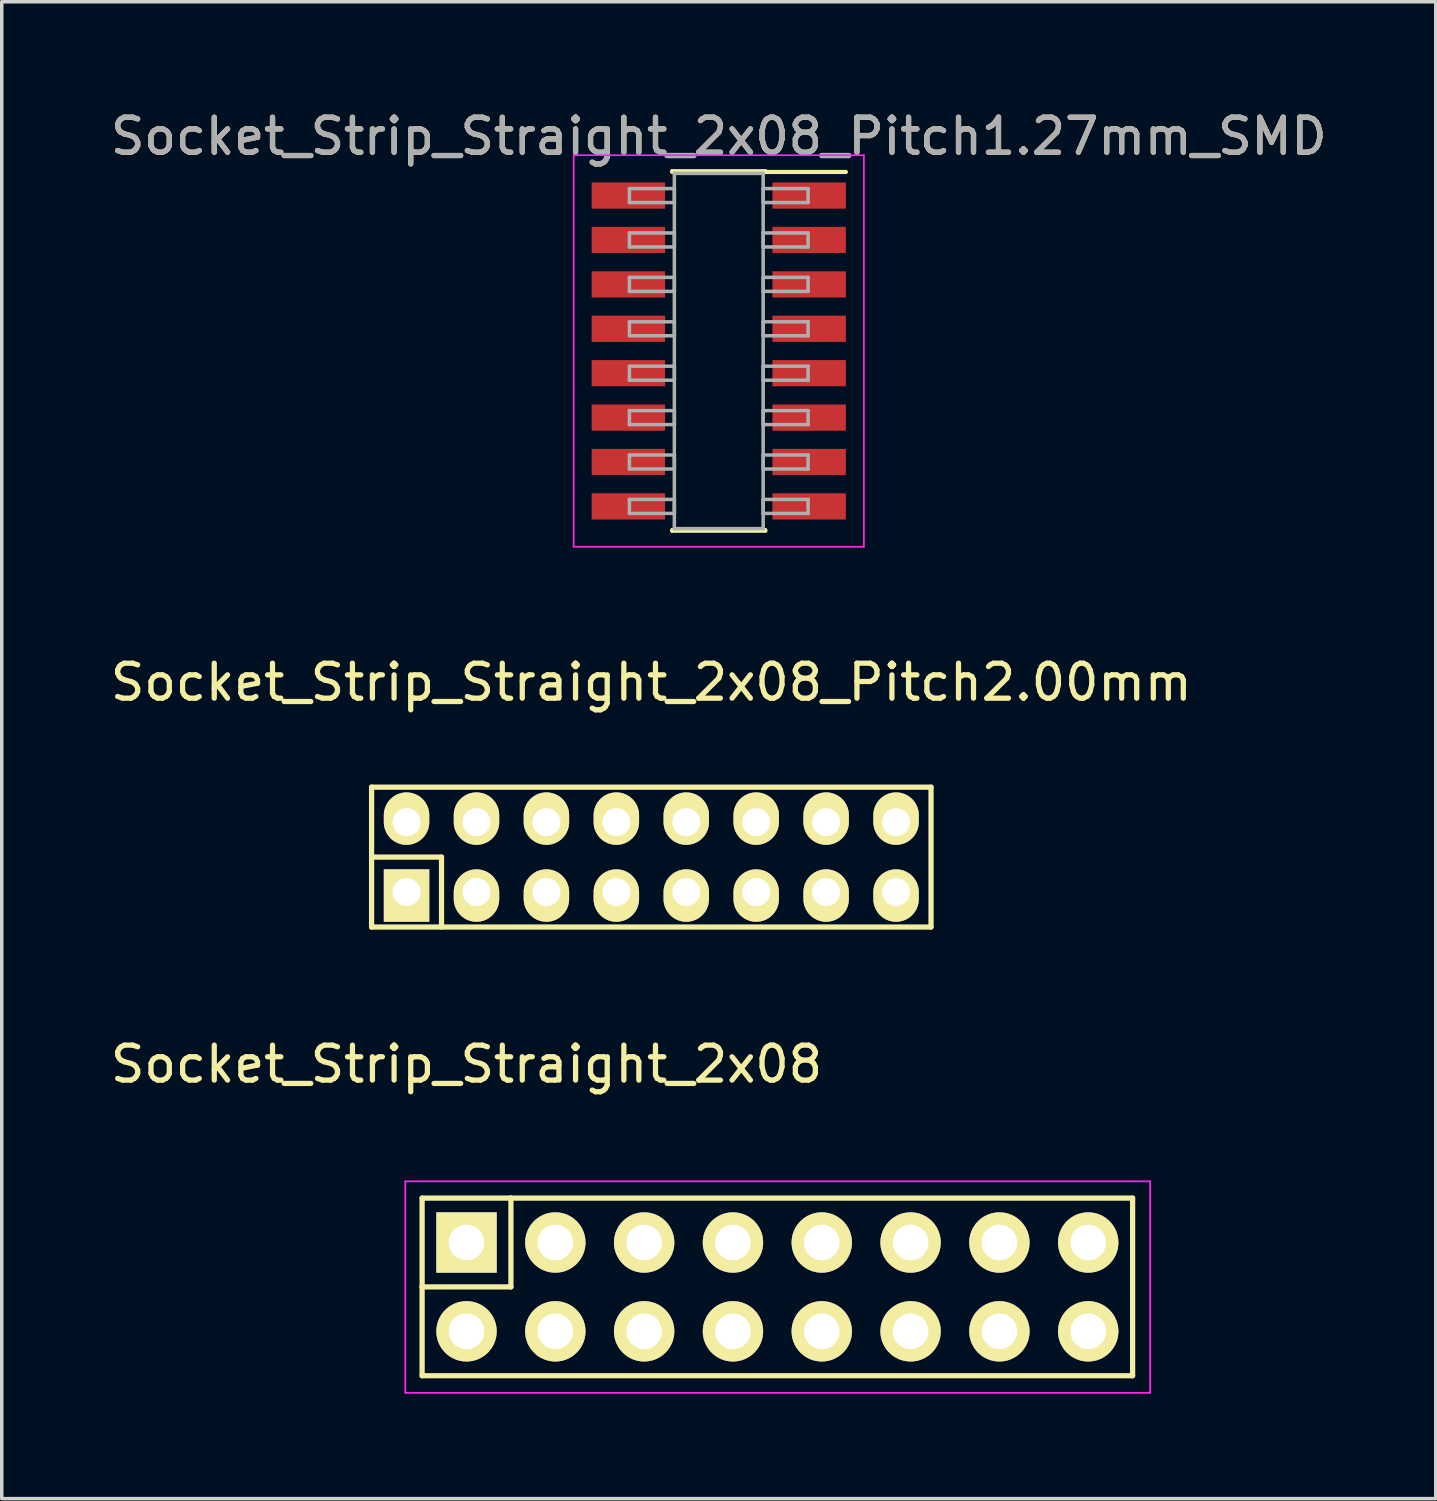
<source format=kicad_pcb>
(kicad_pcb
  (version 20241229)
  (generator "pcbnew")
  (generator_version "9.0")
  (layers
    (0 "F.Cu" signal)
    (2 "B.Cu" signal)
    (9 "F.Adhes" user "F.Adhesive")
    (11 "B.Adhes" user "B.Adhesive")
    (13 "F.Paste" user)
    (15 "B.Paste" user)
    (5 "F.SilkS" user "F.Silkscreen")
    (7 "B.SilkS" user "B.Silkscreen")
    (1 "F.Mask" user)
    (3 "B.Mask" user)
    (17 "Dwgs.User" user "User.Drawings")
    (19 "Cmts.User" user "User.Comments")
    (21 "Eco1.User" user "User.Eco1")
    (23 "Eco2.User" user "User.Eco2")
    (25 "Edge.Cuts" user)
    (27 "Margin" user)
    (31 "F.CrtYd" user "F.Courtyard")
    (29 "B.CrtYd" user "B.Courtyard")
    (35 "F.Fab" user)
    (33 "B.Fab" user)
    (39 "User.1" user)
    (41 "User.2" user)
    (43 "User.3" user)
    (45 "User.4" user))
  (footprint "Socket_Strip_Straight_2x08_Pitch2.00mm"
    (layer "F.Cu")
    (at 15.577 21.462)
    (property "Reference" "Socket_Strip_Straight_2x08_Pitch2.00mm" (at 0 -5 0) (layer "F.SilkS") (effects (font (size 1 1) (thickness 0.15))))
    (attr through_hole)
    (fp_line (start -8 -2) (end 8 -2) (stroke (width 0.15) (type solid)) (layer "F.SilkS"))
    (fp_line (start -8 0) (end -6 0) (stroke (width 0.15) (type solid)) (layer "F.SilkS"))
    (fp_line (start -8 2) (end -8 -2) (stroke (width 0.15) (type solid)) (layer "F.SilkS"))
    (fp_line (start -6 0) (end -6 2) (stroke (width 0.15) (type solid)) (layer "F.SilkS"))
    (fp_line (start 8 -2) (end 8 2) (stroke (width 0.15) (type solid)) (layer "F.SilkS"))
    (fp_line (start 8 2) (end -8 2) (stroke (width 0.15) (type solid)) (layer "F.SilkS"))
    (pad "1" thru_hole rect (at -7 1) (size 1.3 1.5) (drill 0.8 (offset 0 0.1)) (layers "*.Cu" "*.Mask" "F.SilkS"))
    (pad "2" thru_hole oval (at -7 -1) (size 1.3 1.5) (drill 0.8 (offset 0 -0.1)) (layers "*.Cu" "*.Mask" "F.SilkS"))
    (pad "3" thru_hole oval (at -5 1) (size 1.3 1.5) (drill 0.8 (offset 0 0.1)) (layers "*.Cu" "*.Mask" "F.SilkS"))
    (pad "4" thru_hole oval (at -5 -1) (size 1.3 1.5) (drill 0.8 (offset 0 -0.1)) (layers "*.Cu" "*.Mask" "F.SilkS"))
    (pad "5" thru_hole oval (at -3 1) (size 1.3 1.5) (drill 0.8 (offset 0 0.1)) (layers "*.Cu" "*.Mask" "F.SilkS"))
    (pad "6" thru_hole oval (at -3 -1) (size 1.3 1.5) (drill 0.8 (offset 0 -0.1)) (layers "*.Cu" "*.Mask" "F.SilkS"))
    (pad "7" thru_hole oval (at -1 1) (size 1.3 1.5) (drill 0.8 (offset 0 0.1)) (layers "*.Cu" "*.Mask" "F.SilkS"))
    (pad "8" thru_hole oval (at -1 -1) (size 1.3 1.5) (drill 0.8 (offset 0 -0.1)) (layers "*.Cu" "*.Mask" "F.SilkS"))
    (pad "9" thru_hole oval (at 1 1) (size 1.3 1.5) (drill 0.8 (offset 0 0.1)) (layers "*.Cu" "*.Mask" "F.SilkS"))
    (pad "10" thru_hole oval (at 1 -1) (size 1.3 1.5) (drill 0.8 (offset 0 -0.1)) (layers "*.Cu" "*.Mask" "F.SilkS"))
    (pad "11" thru_hole oval (at 3 1) (size 1.3 1.5) (drill 0.8 (offset 0 0.1)) (layers "*.Cu" "*.Mask" "F.SilkS"))
    (pad "12" thru_hole oval (at 3 -1) (size 1.3 1.5) (drill 0.8 (offset 0 -0.1)) (layers "*.Cu" "*.Mask" "F.SilkS"))
    (pad "13" thru_hole oval (at 5 1) (size 1.3 1.5) (drill 0.8 (offset 0 0.1)) (layers "*.Cu" "*.Mask" "F.SilkS"))
    (pad "14" thru_hole oval (at 5 -1) (size 1.3 1.5) (drill 0.8 (offset 0 -0.1)) (layers "*.Cu" "*.Mask" "F.SilkS"))
    (pad "15" thru_hole oval (at 7 1) (size 1.3 1.5) (drill 0.8 (offset 0 0.1)) (layers "*.Cu" "*.Mask" "F.SilkS"))
    (pad "16" thru_hole oval (at 7 -1) (size 1.3 1.5) (drill 0.8 (offset 0 -0.1)) (layers "*.Cu" "*.Mask" "F.SilkS")))
  (footprint "Socket_Strip_Straight_2x08_Pitch1.27mm_SMD"
    (layer "F.Cu")
    (at 17.506 6.988)
    (property "Reference" "Socket_Strip_Straight_2x08_Pitch1.27mm_SMD" (at 0 -6.14 0) (layer "F.SilkS") (effects (font (size 1 1) (thickness 0.15))))
    (attr smd)
    (fp_line (start -1.33 -5.14) (end 1.33 -5.14) (stroke (width 0.12) (type solid)) (layer "F.SilkS"))
    (fp_line (start -1.33 -5.12) (end -1.33 -5.14) (stroke (width 0.12) (type solid)) (layer "F.SilkS"))
    (fp_line (start -1.33 5.12) (end -1.33 5.14) (stroke (width 0.12) (type solid)) (layer "F.SilkS"))
    (fp_line (start -1.33 5.14) (end 1.33 5.14) (stroke (width 0.12) (type solid)) (layer "F.SilkS"))
    (fp_line (start 1.33 -5.14) (end 1.33 -5.12) (stroke (width 0.12) (type solid)) (layer "F.SilkS"))
    (fp_line (start 1.33 5.14) (end 1.33 5.12) (stroke (width 0.12) (type solid)) (layer "F.SilkS"))
    (fp_line (start 3.635 -5.12) (end 1.33 -5.12) (stroke (width 0.12) (type solid)) (layer "F.SilkS"))
    (fp_line (start -4.15 -5.6) (end -4.15 5.6) (stroke (width 0.05) (type solid)) (layer "F.CrtYd"))
    (fp_line (start -4.15 5.6) (end 4.15 5.6) (stroke (width 0.05) (type solid)) (layer "F.CrtYd"))
    (fp_line (start 4.15 -5.6) (end -4.15 -5.6) (stroke (width 0.05) (type solid)) (layer "F.CrtYd"))
    (fp_line (start 4.15 5.6) (end 4.15 -5.6) (stroke (width 0.05) (type solid)) (layer "F.CrtYd"))
    (fp_line (start -2.555 -4.645) (end -1.27 -4.645) (stroke (width 0.1) (type solid)) (layer "F.Fab"))
    (fp_line (start -2.555 -4.245) (end -2.555 -4.645) (stroke (width 0.1) (type solid)) (layer "F.Fab"))
    (fp_line (start -2.555 -3.375) (end -1.27 -3.375) (stroke (width 0.1) (type solid)) (layer "F.Fab"))
    (fp_line (start -2.555 -2.975) (end -2.555 -3.375) (stroke (width 0.1) (type solid)) (layer "F.Fab"))
    (fp_line (start -2.555 -2.105) (end -1.27 -2.105) (stroke (width 0.1) (type solid)) (layer "F.Fab"))
    (fp_line (start -2.555 -1.705) (end -2.555 -2.105) (stroke (width 0.1) (type solid)) (layer "F.Fab"))
    (fp_line (start -2.555 -0.835) (end -1.27 -0.835) (stroke (width 0.1) (type solid)) (layer "F.Fab"))
    (fp_line (start -2.555 -0.435) (end -2.555 -0.835) (stroke (width 0.1) (type solid)) (layer "F.Fab"))
    (fp_line (start -2.555 0.435) (end -1.27 0.435) (stroke (width 0.1) (type solid)) (layer "F.Fab"))
    (fp_line (start -2.555 0.835) (end -2.555 0.435) (stroke (width 0.1) (type solid)) (layer "F.Fab"))
    (fp_line (start -2.555 1.705) (end -1.27 1.705) (stroke (width 0.1) (type solid)) (layer "F.Fab"))
    (fp_line (start -2.555 2.105) (end -2.555 1.705) (stroke (width 0.1) (type solid)) (layer "F.Fab"))
    (fp_line (start -2.555 2.975) (end -1.27 2.975) (stroke (width 0.1) (type solid)) (layer "F.Fab"))
    (fp_line (start -2.555 3.375) (end -2.555 2.975) (stroke (width 0.1) (type solid)) (layer "F.Fab"))
    (fp_line (start -2.555 4.245) (end -1.27 4.245) (stroke (width 0.1) (type solid)) (layer "F.Fab"))
    (fp_line (start -2.555 4.645) (end -2.555 4.245) (stroke (width 0.1) (type solid)) (layer "F.Fab"))
    (fp_line (start -1.27 -5.08) (end -1.27 5.08) (stroke (width 0.1) (type solid)) (layer "F.Fab"))
    (fp_line (start -1.27 -4.645) (end -1.27 -4.245) (stroke (width 0.1) (type solid)) (layer "F.Fab"))
    (fp_line (start -1.27 -4.245) (end -2.555 -4.245) (stroke (width 0.1) (type solid)) (layer "F.Fab"))
    (fp_line (start -1.27 -3.375) (end -1.27 -2.975) (stroke (width 0.1) (type solid)) (layer "F.Fab"))
    (fp_line (start -1.27 -2.975) (end -2.555 -2.975) (stroke (width 0.1) (type solid)) (layer "F.Fab"))
    (fp_line (start -1.27 -2.105) (end -1.27 -1.705) (stroke (width 0.1) (type solid)) (layer "F.Fab"))
    (fp_line (start -1.27 -1.705) (end -2.555 -1.705) (stroke (width 0.1) (type solid)) (layer "F.Fab"))
    (fp_line (start -1.27 -0.835) (end -1.27 -0.435) (stroke (width 0.1) (type solid)) (layer "F.Fab"))
    (fp_line (start -1.27 -0.435) (end -2.555 -0.435) (stroke (width 0.1) (type solid)) (layer "F.Fab"))
    (fp_line (start -1.27 0.435) (end -1.27 0.835) (stroke (width 0.1) (type solid)) (layer "F.Fab"))
    (fp_line (start -1.27 0.835) (end -2.555 0.835) (stroke (width 0.1) (type solid)) (layer "F.Fab"))
    (fp_line (start -1.27 1.705) (end -1.27 2.105) (stroke (width 0.1) (type solid)) (layer "F.Fab"))
    (fp_line (start -1.27 2.105) (end -2.555 2.105) (stroke (width 0.1) (type solid)) (layer "F.Fab"))
    (fp_line (start -1.27 2.975) (end -1.27 3.375) (stroke (width 0.1) (type solid)) (layer "F.Fab"))
    (fp_line (start -1.27 3.375) (end -2.555 3.375) (stroke (width 0.1) (type solid)) (layer "F.Fab"))
    (fp_line (start -1.27 4.245) (end -1.27 4.645) (stroke (width 0.1) (type solid)) (layer "F.Fab"))
    (fp_line (start -1.27 4.645) (end -2.555 4.645) (stroke (width 0.1) (type solid)) (layer "F.Fab"))
    (fp_line (start -1.27 5.08) (end 1.27 5.08) (stroke (width 0.1) (type solid)) (layer "F.Fab"))
    (fp_line (start 1.27 -5.08) (end -1.27 -5.08) (stroke (width 0.1) (type solid)) (layer "F.Fab"))
    (fp_line (start 1.27 -4.645) (end 1.27 -4.245) (stroke (width 0.1) (type solid)) (layer "F.Fab"))
    (fp_line (start 1.27 -4.245) (end 2.555 -4.245) (stroke (width 0.1) (type solid)) (layer "F.Fab"))
    (fp_line (start 1.27 -3.375) (end 1.27 -2.975) (stroke (width 0.1) (type solid)) (layer "F.Fab"))
    (fp_line (start 1.27 -2.975) (end 2.555 -2.975) (stroke (width 0.1) (type solid)) (layer "F.Fab"))
    (fp_line (start 1.27 -2.105) (end 1.27 -1.705) (stroke (width 0.1) (type solid)) (layer "F.Fab"))
    (fp_line (start 1.27 -1.705) (end 2.555 -1.705) (stroke (width 0.1) (type solid)) (layer "F.Fab"))
    (fp_line (start 1.27 -0.835) (end 1.27 -0.435) (stroke (width 0.1) (type solid)) (layer "F.Fab"))
    (fp_line (start 1.27 -0.435) (end 2.555 -0.435) (stroke (width 0.1) (type solid)) (layer "F.Fab"))
    (fp_line (start 1.27 0.435) (end 1.27 0.835) (stroke (width 0.1) (type solid)) (layer "F.Fab"))
    (fp_line (start 1.27 0.835) (end 2.555 0.835) (stroke (width 0.1) (type solid)) (layer "F.Fab"))
    (fp_line (start 1.27 1.705) (end 1.27 2.105) (stroke (width 0.1) (type solid)) (layer "F.Fab"))
    (fp_line (start 1.27 2.105) (end 2.555 2.105) (stroke (width 0.1) (type solid)) (layer "F.Fab"))
    (fp_line (start 1.27 2.975) (end 1.27 3.375) (stroke (width 0.1) (type solid)) (layer "F.Fab"))
    (fp_line (start 1.27 3.375) (end 2.555 3.375) (stroke (width 0.1) (type solid)) (layer "F.Fab"))
    (fp_line (start 1.27 4.245) (end 1.27 4.645) (stroke (width 0.1) (type solid)) (layer "F.Fab"))
    (fp_line (start 1.27 4.645) (end 2.555 4.645) (stroke (width 0.1) (type solid)) (layer "F.Fab"))
    (fp_line (start 1.27 5.08) (end 1.27 -5.08) (stroke (width 0.1) (type solid)) (layer "F.Fab"))
    (fp_line (start 2.555 -4.645) (end 1.27 -4.645) (stroke (width 0.1) (type solid)) (layer "F.Fab"))
    (fp_line (start 2.555 -4.245) (end 2.555 -4.645) (stroke (width 0.1) (type solid)) (layer "F.Fab"))
    (fp_line (start 2.555 -3.375) (end 1.27 -3.375) (stroke (width 0.1) (type solid)) (layer "F.Fab"))
    (fp_line (start 2.555 -2.975) (end 2.555 -3.375) (stroke (width 0.1) (type solid)) (layer "F.Fab"))
    (fp_line (start 2.555 -2.105) (end 1.27 -2.105) (stroke (width 0.1) (type solid)) (layer "F.Fab"))
    (fp_line (start 2.555 -1.705) (end 2.555 -2.105) (stroke (width 0.1) (type solid)) (layer "F.Fab"))
    (fp_line (start 2.555 -0.835) (end 1.27 -0.835) (stroke (width 0.1) (type solid)) (layer "F.Fab"))
    (fp_line (start 2.555 -0.435) (end 2.555 -0.835) (stroke (width 0.1) (type solid)) (layer "F.Fab"))
    (fp_line (start 2.555 0.435) (end 1.27 0.435) (stroke (width 0.1) (type solid)) (layer "F.Fab"))
    (fp_line (start 2.555 0.835) (end 2.555 0.435) (stroke (width 0.1) (type solid)) (layer "F.Fab"))
    (fp_line (start 2.555 1.705) (end 1.27 1.705) (stroke (width 0.1) (type solid)) (layer "F.Fab"))
    (fp_line (start 2.555 2.105) (end 2.555 1.705) (stroke (width 0.1) (type solid)) (layer "F.Fab"))
    (fp_line (start 2.555 2.975) (end 1.27 2.975) (stroke (width 0.1) (type solid)) (layer "F.Fab"))
    (fp_line (start 2.555 3.375) (end 2.555 2.975) (stroke (width 0.1) (type solid)) (layer "F.Fab"))
    (fp_line (start 2.555 4.245) (end 1.27 4.245) (stroke (width 0.1) (type solid)) (layer "F.Fab"))
    (fp_line (start 2.555 4.645) (end 2.555 4.245) (stroke (width 0.1) (type solid)) (layer "F.Fab"))
    (fp_text user "${REFERENCE}" (at 0 -6.14 0) (layer "F.Fab") (effects (font (size 1 1) (thickness 0.15))))
    (pad "1" smd rect (at 2.585 -4.445) (size 2.1 0.75) (layers "F.Cu" "F.Mask" "F.Paste"))
    (pad "2" smd rect (at -2.585 -4.445) (size 2.1 0.75) (layers "F.Cu" "F.Mask" "F.Paste"))
    (pad "3" smd rect (at 2.585 -3.175) (size 2.1 0.75) (layers "F.Cu" "F.Mask" "F.Paste"))
    (pad "4" smd rect (at -2.585 -3.175) (size 2.1 0.75) (layers "F.Cu" "F.Mask" "F.Paste"))
    (pad "5" smd rect (at 2.585 -1.905) (size 2.1 0.75) (layers "F.Cu" "F.Mask" "F.Paste"))
    (pad "6" smd rect (at -2.585 -1.905) (size 2.1 0.75) (layers "F.Cu" "F.Mask" "F.Paste"))
    (pad "7" smd rect (at 2.585 -0.635) (size 2.1 0.75) (layers "F.Cu" "F.Mask" "F.Paste"))
    (pad "8" smd rect (at -2.585 -0.635) (size 2.1 0.75) (layers "F.Cu" "F.Mask" "F.Paste"))
    (pad "9" smd rect (at 2.585 0.635) (size 2.1 0.75) (layers "F.Cu" "F.Mask" "F.Paste"))
    (pad "10" smd rect (at -2.585 0.635) (size 2.1 0.75) (layers "F.Cu" "F.Mask" "F.Paste"))
    (pad "11" smd rect (at 2.585 1.905) (size 2.1 0.75) (layers "F.Cu" "F.Mask" "F.Paste"))
    (pad "12" smd rect (at -2.585 1.905) (size 2.1 0.75) (layers "F.Cu" "F.Mask" "F.Paste"))
    (pad "13" smd rect (at 2.585 3.175) (size 2.1 0.75) (layers "F.Cu" "F.Mask" "F.Paste"))
    (pad "14" smd rect (at -2.585 3.175) (size 2.1 0.75) (layers "F.Cu" "F.Mask" "F.Paste"))
    (pad "15" smd rect (at 2.585 4.445) (size 2.1 0.75) (layers "F.Cu" "F.Mask" "F.Paste"))
    (pad "16" smd rect (at -2.585 4.445) (size 2.1 0.75) (layers "F.Cu" "F.Mask" "F.Paste")))
  (footprint "Socket_Strip_Straight_2x08"
    (layer "F.Cu")
    (at 10.292 32.485)
    (property "Reference" "Socket_Strip_Straight_2x08" (at 0 -5.1 0) (layer "F.SilkS") (effects (font (size 1 1) (thickness 0.15))))
    (attr through_hole)
    (fp_line (start -1.27 -1.27) (end -1.27 1.27) (stroke (width 0.15) (type solid)) (layer "F.SilkS"))
    (fp_line (start -1.27 -1.27) (end 1.27 -1.27) (stroke (width 0.15) (type solid)) (layer "F.SilkS"))
    (fp_line (start -1.27 1.27) (end 1.27 1.27) (stroke (width 0.15) (type solid)) (layer "F.SilkS"))
    (fp_line (start -1.27 3.81) (end -1.27 1.27) (stroke (width 0.15) (type solid)) (layer "F.SilkS"))
    (fp_line (start 1.27 -1.27) (end 19.05 -1.27) (stroke (width 0.15) (type solid)) (layer "F.SilkS"))
    (fp_line (start 1.27 1.27) (end 1.27 -1.27) (stroke (width 0.15) (type solid)) (layer "F.SilkS"))
    (fp_line (start 19.05 3.81) (end -1.27 3.81) (stroke (width 0.15) (type solid)) (layer "F.SilkS"))
    (fp_line (start 19.05 3.81) (end 19.05 -1.27) (stroke (width 0.15) (type solid)) (layer "F.SilkS"))
    (fp_line (start -1.75 -1.75) (end -1.75 4.3) (stroke (width 0.05) (type solid)) (layer "F.CrtYd"))
    (fp_line (start -1.75 -1.75) (end 19.55 -1.75) (stroke (width 0.05) (type solid)) (layer "F.CrtYd"))
    (fp_line (start -1.75 4.3) (end 19.55 4.3) (stroke (width 0.05) (type solid)) (layer "F.CrtYd"))
    (fp_line (start 19.55 -1.75) (end 19.55 4.3) (stroke (width 0.05) (type solid)) (layer "F.CrtYd"))
    (pad "1" thru_hole rect (at 0 0) (size 1.727 1.727) (drill 1.016) (layers "*.Cu" "*.Mask" "F.SilkS"))
    (pad "2" thru_hole oval (at 0 2.54) (size 1.727 1.727) (drill 1.016) (layers "*.Cu" "*.Mask" "F.SilkS"))
    (pad "3" thru_hole oval (at 2.54 0) (size 1.727 1.727) (drill 1.016) (layers "*.Cu" "*.Mask" "F.SilkS"))
    (pad "4" thru_hole oval (at 2.54 2.54) (size 1.727 1.727) (drill 1.016) (layers "*.Cu" "*.Mask" "F.SilkS"))
    (pad "5" thru_hole oval (at 5.08 0) (size 1.727 1.727) (drill 1.016) (layers "*.Cu" "*.Mask" "F.SilkS"))
    (pad "6" thru_hole oval (at 5.08 2.54) (size 1.727 1.727) (drill 1.016) (layers "*.Cu" "*.Mask" "F.SilkS"))
    (pad "7" thru_hole oval (at 7.62 0) (size 1.727 1.727) (drill 1.016) (layers "*.Cu" "*.Mask" "F.SilkS"))
    (pad "8" thru_hole oval (at 7.62 2.54) (size 1.727 1.727) (drill 1.016) (layers "*.Cu" "*.Mask" "F.SilkS"))
    (pad "9" thru_hole oval (at 10.16 0) (size 1.727 1.727) (drill 1.016) (layers "*.Cu" "*.Mask" "F.SilkS"))
    (pad "10" thru_hole oval (at 10.16 2.54) (size 1.727 1.727) (drill 1.016) (layers "*.Cu" "*.Mask" "F.SilkS"))
    (pad "11" thru_hole oval (at 12.7 0) (size 1.727 1.727) (drill 1.016) (layers "*.Cu" "*.Mask" "F.SilkS"))
    (pad "12" thru_hole oval (at 12.7 2.54) (size 1.727 1.727) (drill 1.016) (layers "*.Cu" "*.Mask" "F.SilkS"))
    (pad "13" thru_hole oval (at 15.24 0) (size 1.727 1.727) (drill 1.016) (layers "*.Cu" "*.Mask" "F.SilkS"))
    (pad "14" thru_hole oval (at 15.24 2.54) (size 1.727 1.727) (drill 1.016) (layers "*.Cu" "*.Mask" "F.SilkS"))
    (pad "15" thru_hole oval (at 17.78 0) (size 1.727 1.727) (drill 1.016) (layers "*.Cu" "*.Mask" "F.SilkS"))
    (pad "16" thru_hole oval (at 17.78 2.54) (size 1.727 1.727) (drill 1.016) (layers "*.Cu" "*.Mask" "F.SilkS")))
  (gr_rect
    (start -3 -3)
    (end 38.012 39.81)
    (stroke (width 0.1) (type default))
    (fill no)
    (layer "Edge.Cuts")))
</source>
